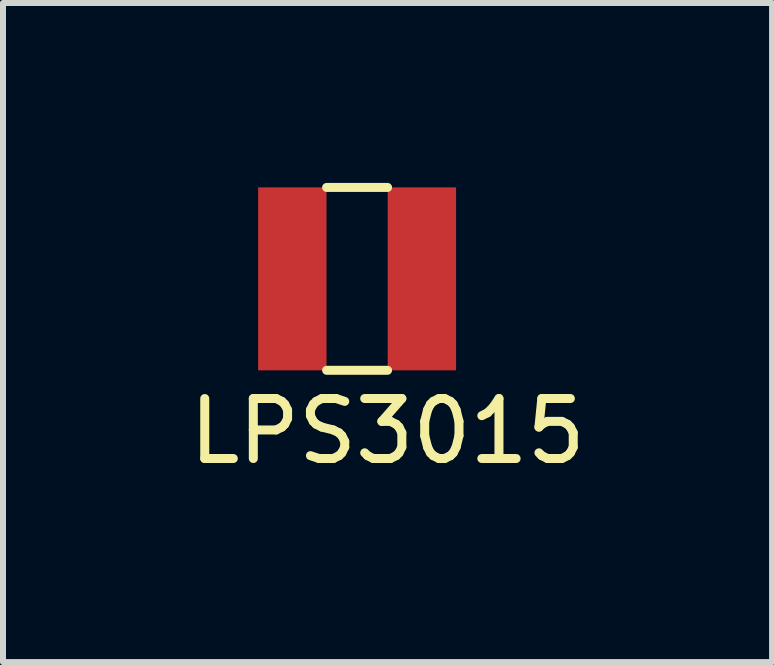
<source format=kicad_pcb>
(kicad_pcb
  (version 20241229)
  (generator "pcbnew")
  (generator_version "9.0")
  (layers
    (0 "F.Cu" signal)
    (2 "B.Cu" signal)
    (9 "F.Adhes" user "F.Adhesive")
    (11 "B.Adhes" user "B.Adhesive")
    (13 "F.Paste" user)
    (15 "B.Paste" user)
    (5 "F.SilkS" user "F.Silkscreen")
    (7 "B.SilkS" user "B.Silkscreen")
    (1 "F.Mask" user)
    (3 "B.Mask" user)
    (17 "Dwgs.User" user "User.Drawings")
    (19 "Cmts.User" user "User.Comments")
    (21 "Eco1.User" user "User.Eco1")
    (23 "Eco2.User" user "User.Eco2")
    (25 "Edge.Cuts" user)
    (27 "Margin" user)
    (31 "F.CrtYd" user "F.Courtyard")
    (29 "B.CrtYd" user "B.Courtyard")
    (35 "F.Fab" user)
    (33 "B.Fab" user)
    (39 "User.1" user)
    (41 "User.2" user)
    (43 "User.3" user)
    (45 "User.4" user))
  (footprint "LPS3015"
    (layer "F.Cu")
    (at 2.903 1.599)
    (property "Reference" "LPS3015" (at 0.508 2.54 0) (layer "F.SilkS") (effects (font (size 1 1) (thickness 0.15))))
    (attr through_hole)
    (fp_line (start -0.508 -1.524) (end 0.508 -1.524) (stroke (width 0.15) (type solid)) (layer "F.SilkS"))
    (fp_line (start -0.508 1.524) (end 0.508 1.524) (stroke (width 0.15) (type solid)) (layer "F.SilkS"))
    (pad "1" smd rect (at -1.08 0) (size 1.14 3.05) (layers "F.Cu" "F.Mask" "F.Paste"))
    (pad "2" smd rect (at 1.08 0) (size 1.14 3.05) (layers "F.Cu" "F.Mask" "F.Paste")))
  (gr_rect
    (start -3 -3)
    (end 9.821 7.987)
    (stroke (width 0.1) (type default))
    (fill no)
    (layer "Edge.Cuts")))
</source>
